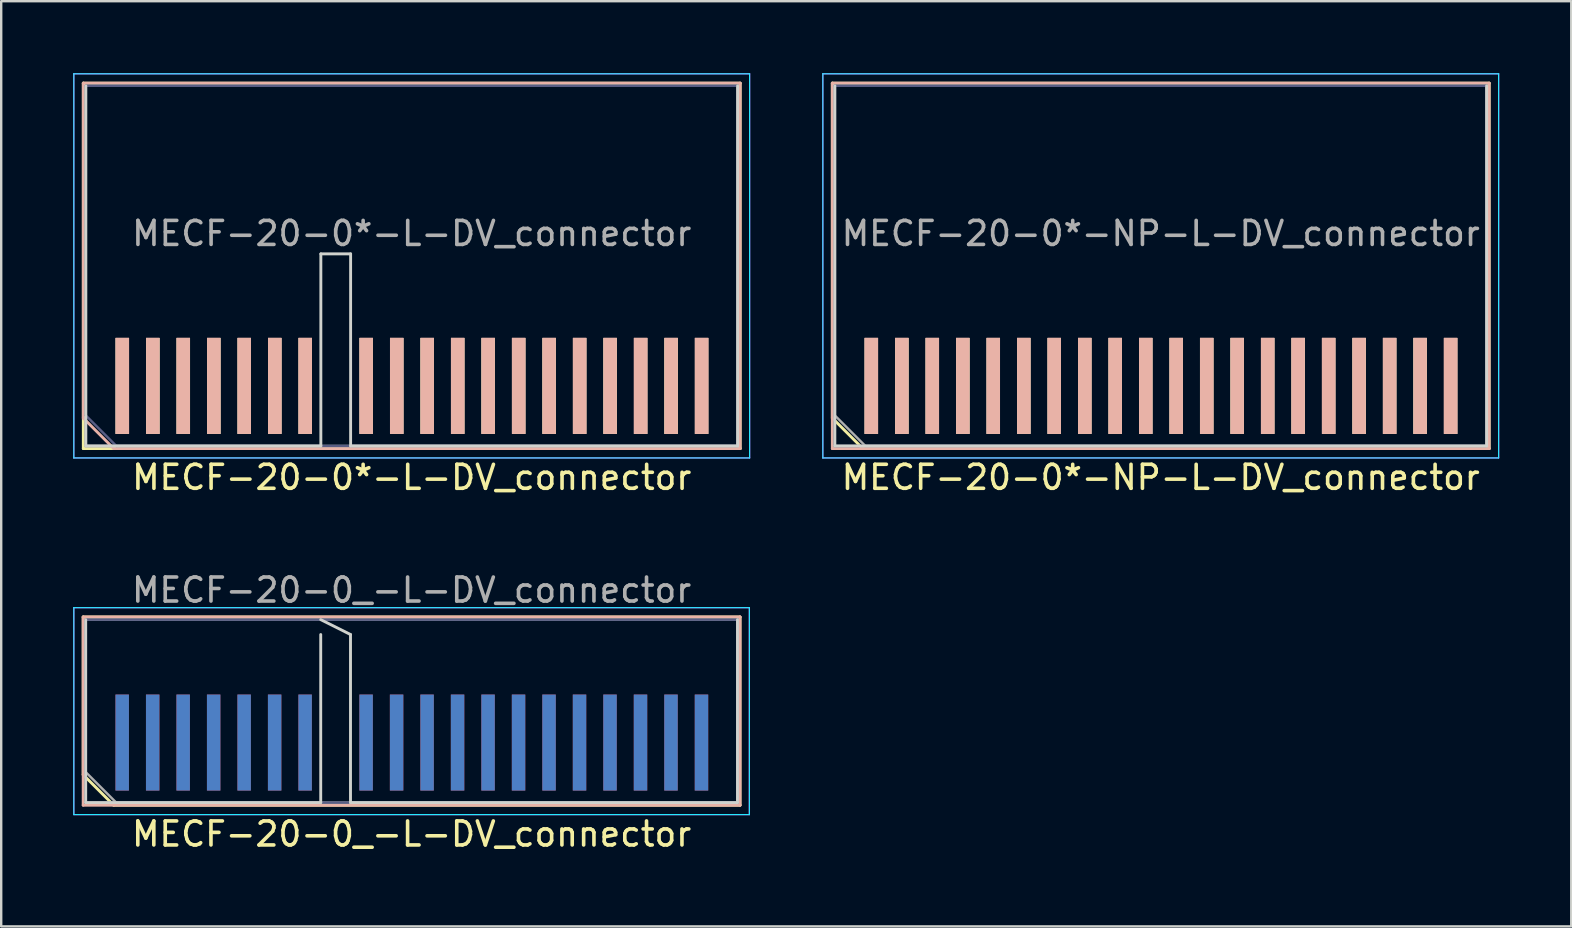
<source format=kicad_pcb>
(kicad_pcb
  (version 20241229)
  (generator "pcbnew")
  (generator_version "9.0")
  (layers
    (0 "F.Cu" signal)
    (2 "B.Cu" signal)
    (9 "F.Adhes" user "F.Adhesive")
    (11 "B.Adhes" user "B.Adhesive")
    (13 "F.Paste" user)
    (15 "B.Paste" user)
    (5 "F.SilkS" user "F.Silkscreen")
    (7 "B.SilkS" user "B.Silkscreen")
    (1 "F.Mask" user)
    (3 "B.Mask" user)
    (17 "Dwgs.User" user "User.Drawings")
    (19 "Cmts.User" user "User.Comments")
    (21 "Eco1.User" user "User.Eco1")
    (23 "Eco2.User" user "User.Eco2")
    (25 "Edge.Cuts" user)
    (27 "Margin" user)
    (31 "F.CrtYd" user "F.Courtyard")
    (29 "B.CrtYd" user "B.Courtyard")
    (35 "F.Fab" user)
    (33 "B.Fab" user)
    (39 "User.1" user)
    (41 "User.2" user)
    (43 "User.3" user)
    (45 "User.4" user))
  (footprint "MECF-20-0*-L-DV_connector"
    (layer "F.Cu")
    (at 14.1 13.025)
    (property "Reference" "MECF-20-0*-L-DV_connector" (at 0 3.81 0) (layer "F.SilkS") (effects (font (size 1 1) (thickness 0.15))))
    (attr through_hole)
    (fp_line (start -13.68 -12.61) (end 13.68 -12.61) (stroke (width 0.12) (type solid)) (layer "F.SilkS"))
    (fp_line (start -13.68 2.61) (end -13.68 -12.61) (stroke (width 0.12) (type solid)) (layer "F.SilkS"))
    (fp_line (start -13.68 2.61) (end 13.68 2.61) (stroke (width 0.12) (type solid)) (layer "F.SilkS"))
    (fp_line (start 13.68 2.61) (end 13.68 -12.61) (stroke (width 0.12) (type solid)) (layer "F.SilkS"))
    (fp_line (start -13.68 -12.61) (end 13.68 -12.61) (stroke (width 0.12) (type solid)) (layer "B.SilkS"))
    (fp_line (start -13.68 1.34) (end -13.68 -12.61) (stroke (width 0.12) (type solid)) (layer "B.SilkS"))
    (fp_line (start -12.41 2.61) (end -13.68 1.34) (stroke (width 0.12) (type solid)) (layer "B.SilkS"))
    (fp_line (start -12.41 2.61) (end 13.68 2.61) (stroke (width 0.12) (type solid)) (layer "B.SilkS"))
    (fp_line (start 13.68 2.61) (end 13.68 -12.61) (stroke (width 0.12) (type solid)) (layer "B.SilkS"))
    (fp_line (start -13.575 2.5) (end -13.575 -12.5) (stroke (width 0.12) (type solid)) (layer "Edge.Cuts"))
    (fp_line (start -13.575 2.5) (end -3.785 2.5) (stroke (width 0.12) (type solid)) (layer "Edge.Cuts"))
    (fp_line (start -3.785 -5.5) (end -2.545 -5.5) (stroke (width 0.12) (type solid)) (layer "Edge.Cuts"))
    (fp_line (start -3.785 2.5) (end -3.785 -5.5) (stroke (width 0.12) (type solid)) (layer "Edge.Cuts"))
    (fp_line (start -2.545 2.5) (end -2.545 -5.5) (stroke (width 0.12) (type solid)) (layer "Edge.Cuts"))
    (fp_line (start -2.545 2.5) (end 13.575 2.5) (stroke (width 0.12) (type solid)) (layer "Edge.Cuts"))
    (fp_line (start 13.575 2.5) (end 13.575 -12.5) (stroke (width 0.12) (type solid)) (layer "Edge.Cuts"))
    (fp_line (start -14.075 -13) (end -14.075 3) (stroke (width 0.05) (type solid)) (layer "B.CrtYd"))
    (fp_line (start -14.075 3) (end 14.075 3) (stroke (width 0.05) (type solid)) (layer "B.CrtYd"))
    (fp_line (start 14.075 -13) (end -14.075 -13) (stroke (width 0.05) (type solid)) (layer "B.CrtYd"))
    (fp_line (start 14.075 3) (end 14.075 -13) (stroke (width 0.05) (type solid)) (layer "B.CrtYd"))
    (fp_line (start -14.075 -13) (end -14.075 3) (stroke (width 0.05) (type solid)) (layer "F.CrtYd"))
    (fp_line (start -14.075 3) (end 14.075 3) (stroke (width 0.05) (type solid)) (layer "F.CrtYd"))
    (fp_line (start 14.075 -13) (end -14.075 -13) (stroke (width 0.05) (type solid)) (layer "F.CrtYd"))
    (fp_line (start 14.075 3) (end 14.075 -13) (stroke (width 0.05) (type solid)) (layer "F.CrtYd"))
    (fp_line (start -13.575 -12.5) (end 13.575 -12.5) (stroke (width 0.1) (type solid)) (layer "B.Fab"))
    (fp_line (start -13.575 1.23) (end -13.575 -12.5) (stroke (width 0.1) (type solid)) (layer "B.Fab"))
    (fp_line (start -13.575 1.23) (end -12.305 2.5) (stroke (width 0.1) (type solid)) (layer "B.Fab"))
    (fp_line (start -12.305 2.5) (end 13.575 2.5) (stroke (width 0.1) (type solid)) (layer "B.Fab"))
    (fp_line (start 13.575 2.5) (end 13.575 -12.5) (stroke (width 0.1) (type solid)) (layer "B.Fab"))
    (fp_line (start -13.575 -12.5) (end 13.575 -12.5) (stroke (width 0.1) (type solid)) (layer "F.Fab"))
    (fp_line (start -13.575 2.5) (end -13.575 -12.5) (stroke (width 0.1) (type solid)) (layer "F.Fab"))
    (fp_line (start -13.575 2.5) (end 13.575 2.5) (stroke (width 0.1) (type solid)) (layer "F.Fab"))
    (fp_line (start 13.575 2.5) (end 13.575 -12.5) (stroke (width 0.1) (type solid)) (layer "F.Fab"))
    (fp_text user "${REFERENCE}" (at 0 -6.35 0) (layer "F.Fab") (effects (font (size 1 1) (thickness 0.15))))
    (pad "1" smd rect (at -12.055 0) (size 0.56 4) (layers "F.Cu" "F.Mask" "F.SilkS"))
    (pad "2" smd rect (at -12.055 0) (size 0.56 4) (layers "B.Cu" "B.Mask" "B.SilkS"))
    (pad "3" smd rect (at -10.785 0) (size 0.56 4) (layers "F.Cu" "F.Mask" "F.SilkS"))
    (pad "4" smd rect (at -10.785 0) (size 0.56 4) (layers "B.Cu" "B.Mask" "B.SilkS"))
    (pad "5" smd rect (at -9.515 0) (size 0.56 4) (layers "F.Cu" "F.Mask" "F.SilkS"))
    (pad "6" smd rect (at -9.515 0) (size 0.56 4) (layers "B.Cu" "B.Mask" "B.SilkS"))
    (pad "7" smd rect (at -8.245 0) (size 0.56 4) (layers "F.Cu" "F.Mask" "F.SilkS"))
    (pad "8" smd rect (at -8.245 0) (size 0.56 4) (layers "B.Cu" "B.Mask" "B.SilkS"))
    (pad "9" smd rect (at -6.975 0) (size 0.56 4) (layers "F.Cu" "F.Mask" "F.SilkS"))
    (pad "10" smd rect (at -6.975 0) (size 0.56 4) (layers "B.Cu" "B.Mask" "B.SilkS"))
    (pad "11" smd rect (at -5.705 0) (size 0.56 4) (layers "F.Cu" "F.Mask" "F.SilkS"))
    (pad "12" smd rect (at -5.705 0) (size 0.56 4) (layers "B.Cu" "B.Mask" "B.SilkS"))
    (pad "13" smd rect (at -4.435 0) (size 0.56 4) (layers "F.Cu" "F.Mask" "F.SilkS"))
    (pad "14" smd rect (at -4.435 0) (size 0.56 4) (layers "B.Cu" "B.Mask" "B.SilkS"))
    (pad "17" smd rect (at -1.895 0) (size 0.56 4) (layers "F.Cu" "F.Mask" "F.SilkS"))
    (pad "18" smd rect (at -1.895 0) (size 0.56 4) (layers "B.Cu" "B.Mask" "B.SilkS"))
    (pad "19" smd rect (at -0.625 0) (size 0.56 4) (layers "F.Cu" "F.Mask" "F.SilkS"))
    (pad "20" smd rect (at -0.625 0) (size 0.56 4) (layers "B.Cu" "B.Mask" "B.SilkS"))
    (pad "21" smd rect (at 0.645 0) (size 0.56 4) (layers "F.Cu" "F.Mask" "F.SilkS"))
    (pad "22" smd rect (at 0.645 0) (size 0.56 4) (layers "B.Cu" "B.Mask" "B.SilkS"))
    (pad "23" smd rect (at 1.915 0) (size 0.56 4) (layers "F.Cu" "F.Mask" "F.SilkS"))
    (pad "24" smd rect (at 1.915 0) (size 0.56 4) (layers "B.Cu" "B.Mask" "B.SilkS"))
    (pad "25" smd rect (at 3.185 0) (size 0.56 4) (layers "F.Cu" "F.Mask" "F.SilkS"))
    (pad "26" smd rect (at 3.185 0) (size 0.56 4) (layers "B.Cu" "B.Mask" "B.SilkS"))
    (pad "27" smd rect (at 4.455 0) (size 0.56 4) (layers "F.Cu" "F.Mask" "F.SilkS"))
    (pad "28" smd rect (at 4.455 0) (size 0.56 4) (layers "B.Cu" "B.Mask" "B.SilkS"))
    (pad "29" smd rect (at 5.725 0) (size 0.56 4) (layers "F.Cu" "F.Mask" "F.SilkS"))
    (pad "30" smd rect (at 5.725 0) (size 0.56 4) (layers "B.Cu" "B.Mask" "B.SilkS"))
    (pad "31" smd rect (at 6.995 0) (size 0.56 4) (layers "F.Cu" "F.Mask" "F.SilkS"))
    (pad "32" smd rect (at 6.995 0) (size 0.56 4) (layers "B.Cu" "B.Mask" "B.SilkS"))
    (pad "33" smd rect (at 8.265 0) (size 0.56 4) (layers "F.Cu" "F.Mask" "F.SilkS"))
    (pad "34" smd rect (at 8.265 0) (size 0.56 4) (layers "B.Cu" "B.Mask" "B.SilkS"))
    (pad "35" smd rect (at 9.535 0) (size 0.56 4) (layers "F.Cu" "F.Mask" "F.SilkS"))
    (pad "36" smd rect (at 9.535 0) (size 0.56 4) (layers "B.Cu" "B.Mask" "B.SilkS"))
    (pad "37" smd rect (at 10.805 0) (size 0.56 4) (layers "F.Cu" "F.Mask" "F.SilkS"))
    (pad "38" smd rect (at 10.805 0) (size 0.56 4) (layers "B.Cu" "B.Mask" "B.SilkS"))
    (pad "39" smd rect (at 12.075 0) (size 0.56 4) (layers "F.Cu" "F.Mask" "F.SilkS"))
    (pad "40" smd rect (at 12.075 0) (size 0.56 4) (layers "B.Cu" "B.Mask" "B.SilkS")))
  (footprint "MECF-20-0*-NP-L-DV_connector"
    (layer "F.Cu")
    (at 45.3 13.025)
    (property "Reference" "MECF-20-0*-NP-L-DV_connector" (at 0 3.81 0) (layer "F.SilkS") (effects (font (size 1 1) (thickness 0.15))))
    (attr smd)
    (fp_line (start -13.68 -12.61) (end 13.68 -12.61) (stroke (width 0.12) (type solid)) (layer "F.SilkS"))
    (fp_line (start -13.68 1.34) (end -13.68 -12.61) (stroke (width 0.12) (type solid)) (layer "F.SilkS"))
    (fp_line (start -12.41 2.61) (end -13.68 1.34) (stroke (width 0.12) (type solid)) (layer "F.SilkS"))
    (fp_line (start -12.41 2.61) (end 13.68 2.61) (stroke (width 0.12) (type solid)) (layer "F.SilkS"))
    (fp_line (start 13.68 2.61) (end 13.68 -12.61) (stroke (width 0.12) (type solid)) (layer "F.SilkS"))
    (fp_line (start -13.68 -12.61) (end 13.68 -12.61) (stroke (width 0.12) (type solid)) (layer "B.SilkS"))
    (fp_line (start -13.68 2.61) (end -13.68 -12.61) (stroke (width 0.12) (type solid)) (layer "B.SilkS"))
    (fp_line (start -13.68 2.61) (end 13.68 2.61) (stroke (width 0.12) (type solid)) (layer "B.SilkS"))
    (fp_line (start 13.68 2.61) (end 13.68 -12.61) (stroke (width 0.12) (type solid)) (layer "B.SilkS"))
    (fp_line (start -13.575 2.5) (end -13.575 -12.5) (stroke (width 0.12) (type solid)) (layer "Edge.Cuts"))
    (fp_line (start -13.575 2.5) (end 13.575 2.5) (stroke (width 0.12) (type solid)) (layer "Edge.Cuts"))
    (fp_line (start 13.575 2.5) (end 13.575 -12.5) (stroke (width 0.12) (type solid)) (layer "Edge.Cuts"))
    (fp_line (start -14.075 -13) (end -14.075 3) (stroke (width 0.05) (type solid)) (layer "B.CrtYd"))
    (fp_line (start -14.075 3) (end 14.075 3) (stroke (width 0.05) (type solid)) (layer "B.CrtYd"))
    (fp_line (start 14.075 -13) (end -14.075 -13) (stroke (width 0.05) (type solid)) (layer "B.CrtYd"))
    (fp_line (start 14.075 3) (end 14.075 -13) (stroke (width 0.05) (type solid)) (layer "B.CrtYd"))
    (fp_line (start -14.075 -13) (end -14.075 3) (stroke (width 0.05) (type solid)) (layer "F.CrtYd"))
    (fp_line (start -14.075 3) (end 14.075 3) (stroke (width 0.05) (type solid)) (layer "F.CrtYd"))
    (fp_line (start 14.075 -13) (end -14.075 -13) (stroke (width 0.05) (type solid)) (layer "F.CrtYd"))
    (fp_line (start 14.075 3) (end 14.075 -13) (stroke (width 0.05) (type solid)) (layer "F.CrtYd"))
    (fp_line (start -13.575 -12.5) (end 13.575 -12.5) (stroke (width 0.1) (type solid)) (layer "B.Fab"))
    (fp_line (start -13.575 2.5) (end -13.575 -12.5) (stroke (width 0.1) (type solid)) (layer "B.Fab"))
    (fp_line (start -13.575 2.5) (end 13.575 2.5) (stroke (width 0.1) (type solid)) (layer "B.Fab"))
    (fp_line (start 13.575 2.5) (end 13.575 -12.5) (stroke (width 0.1) (type solid)) (layer "B.Fab"))
    (fp_line (start -13.575 -12.5) (end 13.575 -12.5) (stroke (width 0.1) (type solid)) (layer "F.Fab"))
    (fp_line (start -13.575 1.23) (end -13.575 -12.5) (stroke (width 0.1) (type solid)) (layer "F.Fab"))
    (fp_line (start -13.575 1.23) (end -12.305 2.5) (stroke (width 0.1) (type solid)) (layer "F.Fab"))
    (fp_line (start -12.305 2.5) (end 13.575 2.5) (stroke (width 0.1) (type solid)) (layer "F.Fab"))
    (fp_line (start 13.575 2.5) (end 13.575 -12.5) (stroke (width 0.1) (type solid)) (layer "F.Fab"))
    (fp_text user "${REFERENCE}" (at 0 -6.35 0) (layer "F.Fab") (effects (font (size 1 1) (thickness 0.15))))
    (pad "1" smd rect (at -12.055 0) (size 0.56 4) (layers "F.Cu" "F.Mask" "F.SilkS"))
    (pad "2" smd rect (at -12.055 0) (size 0.56 4) (layers "B.Cu" "B.Mask" "B.SilkS"))
    (pad "3" smd rect (at -10.785 0) (size 0.56 4) (layers "F.Cu" "F.Mask" "F.SilkS"))
    (pad "4" smd rect (at -10.785 0) (size 0.56 4) (layers "B.Cu" "B.Mask" "B.SilkS"))
    (pad "5" smd rect (at -9.515 0) (size 0.56 4) (layers "F.Cu" "F.Mask" "F.SilkS"))
    (pad "6" smd rect (at -9.515 0) (size 0.56 4) (layers "B.Cu" "B.Mask" "B.SilkS"))
    (pad "7" smd rect (at -8.245 0) (size 0.56 4) (layers "F.Cu" "F.Mask" "F.SilkS"))
    (pad "8" smd rect (at -8.245 0) (size 0.56 4) (layers "B.Cu" "B.Mask" "B.SilkS"))
    (pad "9" smd rect (at -6.975 0) (size 0.56 4) (layers "F.Cu" "F.Mask" "F.SilkS"))
    (pad "10" smd rect (at -6.975 0) (size 0.56 4) (layers "B.Cu" "B.Mask" "B.SilkS"))
    (pad "11" smd rect (at -5.705 0) (size 0.56 4) (layers "F.Cu" "F.Mask" "F.SilkS"))
    (pad "12" smd rect (at -5.705 0) (size 0.56 4) (layers "B.Cu" "B.Mask" "B.SilkS"))
    (pad "13" smd rect (at -4.435 0) (size 0.56 4) (layers "F.Cu" "F.Mask" "F.SilkS"))
    (pad "14" smd rect (at -4.435 0) (size 0.56 4) (layers "B.Cu" "B.Mask" "B.SilkS"))
    (pad "15" smd rect (at -3.165 0) (size 0.56 4) (layers "F.Cu" "F.Mask" "F.SilkS"))
    (pad "16" smd rect (at -3.165 0) (size 0.56 4) (layers "B.Cu" "B.Mask" "B.SilkS"))
    (pad "17" smd rect (at -1.895 0) (size 0.56 4) (layers "F.Cu" "F.Mask" "F.SilkS"))
    (pad "18" smd rect (at -1.895 0) (size 0.56 4) (layers "B.Cu" "B.Mask" "B.SilkS"))
    (pad "19" smd rect (at -0.625 0) (size 0.56 4) (layers "F.Cu" "F.Mask" "F.SilkS"))
    (pad "20" smd rect (at -0.625 0) (size 0.56 4) (layers "B.Cu" "B.Mask" "B.SilkS"))
    (pad "21" smd rect (at 0.645 0) (size 0.56 4) (layers "F.Cu" "F.Mask" "F.SilkS"))
    (pad "22" smd rect (at 0.645 0) (size 0.56 4) (layers "B.Cu" "B.Mask" "B.SilkS"))
    (pad "23" smd rect (at 1.915 0) (size 0.56 4) (layers "F.Cu" "F.Mask" "F.SilkS"))
    (pad "24" smd rect (at 1.915 0) (size 0.56 4) (layers "B.Cu" "B.Mask" "B.SilkS"))
    (pad "25" smd rect (at 3.185 0) (size 0.56 4) (layers "F.Cu" "F.Mask" "F.SilkS"))
    (pad "26" smd rect (at 3.185 0) (size 0.56 4) (layers "B.Cu" "B.Mask" "B.SilkS"))
    (pad "27" smd rect (at 4.455 0) (size 0.56 4) (layers "F.Cu" "F.Mask" "F.SilkS"))
    (pad "28" smd rect (at 4.455 0) (size 0.56 4) (layers "B.Cu" "B.Mask" "B.SilkS"))
    (pad "29" smd rect (at 5.725 0) (size 0.56 4) (layers "F.Cu" "F.Mask" "F.SilkS"))
    (pad "30" smd rect (at 5.725 0) (size 0.56 4) (layers "B.Cu" "B.Mask" "B.SilkS"))
    (pad "31" smd rect (at 6.995 0) (size 0.56 4) (layers "F.Cu" "F.Mask" "F.SilkS"))
    (pad "32" smd rect (at 6.995 0) (size 0.56 4) (layers "B.Cu" "B.Mask" "B.SilkS"))
    (pad "33" smd rect (at 8.265 0) (size 0.56 4) (layers "F.Cu" "F.Mask" "F.SilkS"))
    (pad "34" smd rect (at 8.265 0) (size 0.56 4) (layers "B.Cu" "B.Mask" "B.SilkS"))
    (pad "35" smd rect (at 9.535 0) (size 0.56 4) (layers "F.Cu" "F.Mask" "F.SilkS"))
    (pad "36" smd rect (at 9.535 0) (size 0.56 4) (layers "B.Cu" "B.Mask" "B.SilkS"))
    (pad "37" smd rect (at 10.805 0) (size 0.56 4) (layers "F.Cu" "F.Mask" "F.SilkS"))
    (pad "38" smd rect (at 10.805 0) (size 0.56 4) (layers "B.Cu" "B.Mask" "B.SilkS"))
    (pad "39" smd rect (at 12.075 0) (size 0.56 4) (layers "F.Cu" "F.Mask" "F.SilkS"))
    (pad "40" smd rect (at 12.075 0) (size 0.56 4) (layers "B.Cu" "B.Mask" "B.SilkS")))
  (footprint "MECF-20-0_-L-DV_connector"
    (layer "F.Cu")
    (at 14.095 27.881)
    (property "Reference" "MECF-20-0_-L-DV_connector" (at 0 3.81 0) (layer "F.SilkS") (effects (font (size 1 1) (thickness 0.15))))
    (attr smd)
    (fp_line (start -13.68 -5.23) (end 13.68 -5.23) (stroke (width 0.12) (type solid)) (layer "F.SilkS"))
    (fp_line (start -13.68 1.34) (end -13.68 -5.23) (stroke (width 0.12) (type solid)) (layer "F.SilkS"))
    (fp_line (start -12.41 2.61) (end -13.68 1.34) (stroke (width 0.12) (type solid)) (layer "F.SilkS"))
    (fp_line (start -12.41 2.61) (end 13.68 2.61) (stroke (width 0.12) (type solid)) (layer "F.SilkS"))
    (fp_line (start 13.68 2.61) (end 13.68 -5.23) (stroke (width 0.12) (type solid)) (layer "F.SilkS"))
    (fp_line (start -13.68 -5.23) (end 13.68 -5.23) (stroke (width 0.12) (type solid)) (layer "B.SilkS"))
    (fp_line (start -13.68 2.61) (end -13.68 -5.23) (stroke (width 0.12) (type solid)) (layer "B.SilkS"))
    (fp_line (start -13.68 2.61) (end 13.68 2.61) (stroke (width 0.12) (type solid)) (layer "B.SilkS"))
    (fp_line (start 13.68 2.61) (end 13.68 -5.23) (stroke (width 0.12) (type solid)) (layer "B.SilkS"))
    (fp_line (start -13.575 2.5) (end -13.575 -5.12) (stroke (width 0.12) (type solid)) (layer "Edge.Cuts"))
    (fp_line (start -13.575 2.5) (end -3.785 2.5) (stroke (width 0.12) (type solid)) (layer "Edge.Cuts"))
    (fp_line (start -3.785 -5.12) (end -2.545 -4.5) (stroke (width 0.12) (type solid)) (layer "Edge.Cuts"))
    (fp_line (start -3.785 2.5) (end -3.785 -4.5) (stroke (width 0.12) (type solid)) (layer "Edge.Cuts"))
    (fp_line (start -2.545 2.5) (end -2.545 -4.5) (stroke (width 0.12) (type solid)) (layer "Edge.Cuts"))
    (fp_line (start -2.545 2.5) (end 13.575 2.5) (stroke (width 0.12) (type solid)) (layer "Edge.Cuts"))
    (fp_line (start 13.575 2.5) (end 13.575 -5.12) (stroke (width 0.12) (type solid)) (layer "Edge.Cuts"))
    (fp_line (start -14.07 -5.62) (end -14.07 3) (stroke (width 0.05) (type solid)) (layer "B.CrtYd"))
    (fp_line (start -14.07 3) (end 14.07 3) (stroke (width 0.05) (type solid)) (layer "B.CrtYd"))
    (fp_line (start 14.07 -5.62) (end -14.07 -5.62) (stroke (width 0.05) (type solid)) (layer "B.CrtYd"))
    (fp_line (start 14.07 3) (end 14.07 -5.62) (stroke (width 0.05) (type solid)) (layer "B.CrtYd"))
    (fp_line (start -14.07 -5.62) (end -14.07 3) (stroke (width 0.05) (type solid)) (layer "F.CrtYd"))
    (fp_line (start -14.07 3) (end 14.07 3) (stroke (width 0.05) (type solid)) (layer "F.CrtYd"))
    (fp_line (start 14.07 -5.62) (end -14.07 -5.62) (stroke (width 0.05) (type solid)) (layer "F.CrtYd"))
    (fp_line (start 14.07 3) (end 14.07 -5.62) (stroke (width 0.05) (type solid)) (layer "F.CrtYd"))
    (fp_line (start -13.575 -5.12) (end 13.575 -5.12) (stroke (width 0.1) (type solid)) (layer "B.Fab"))
    (fp_line (start -13.575 2.5) (end -13.575 -5.12) (stroke (width 0.1) (type solid)) (layer "B.Fab"))
    (fp_line (start -13.575 2.5) (end 13.575 2.5) (stroke (width 0.1) (type solid)) (layer "B.Fab"))
    (fp_line (start 13.575 2.5) (end 13.575 -5.12) (stroke (width 0.1) (type solid)) (layer "B.Fab"))
    (fp_line (start -13.575 -5.12) (end 13.575 -5.12) (stroke (width 0.1) (type solid)) (layer "F.Fab"))
    (fp_line (start -13.575 1.23) (end -13.575 -5.12) (stroke (width 0.1) (type solid)) (layer "F.Fab"))
    (fp_line (start -13.575 1.23) (end -12.305 2.5) (stroke (width 0.1) (type solid)) (layer "F.Fab"))
    (fp_line (start -12.305 2.5) (end 13.575 2.5) (stroke (width 0.1) (type solid)) (layer "F.Fab"))
    (fp_line (start 13.575 2.5) (end 13.575 -5.12) (stroke (width 0.1) (type solid)) (layer "F.Fab"))
    (fp_text user "${REFERENCE}" (at 0 -6.35 0) (layer "F.Fab") (effects (font (size 1 1) (thickness 0.15))))
    (pad "1" smd rect (at -12.055 0) (size 0.56 4) (layers "F.Cu" "F.Mask" "F.Paste"))
    (pad "2" smd rect (at -12.055 0) (size 0.56 4) (layers "B.Cu" "B.Mask" "B.Paste"))
    (pad "3" smd rect (at -10.785 0) (size 0.56 4) (layers "F.Cu" "F.Mask" "F.Paste"))
    (pad "4" smd rect (at -10.785 0) (size 0.56 4) (layers "B.Cu" "B.Mask" "B.Paste"))
    (pad "5" smd rect (at -9.515 0) (size 0.56 4) (layers "F.Cu" "F.Mask" "F.Paste"))
    (pad "6" smd rect (at -9.515 0) (size 0.56 4) (layers "B.Cu" "B.Mask" "B.Paste"))
    (pad "7" smd rect (at -8.245 0) (size 0.56 4) (layers "F.Cu" "F.Mask" "F.Paste"))
    (pad "8" smd rect (at -8.245 0) (size 0.56 4) (layers "B.Cu" "B.Mask" "B.Paste"))
    (pad "9" smd rect (at -6.975 0) (size 0.56 4) (layers "F.Cu" "F.Mask" "F.Paste"))
    (pad "10" smd rect (at -6.975 0) (size 0.56 4) (layers "B.Cu" "B.Mask" "B.Paste"))
    (pad "11" smd rect (at -5.705 0) (size 0.56 4) (layers "F.Cu" "F.Mask" "F.Paste"))
    (pad "12" smd rect (at -5.705 0) (size 0.56 4) (layers "B.Cu" "B.Mask" "B.Paste"))
    (pad "13" smd rect (at -4.435 0) (size 0.56 4) (layers "F.Cu" "F.Mask" "F.Paste"))
    (pad "14" smd rect (at -4.435 0) (size 0.56 4) (layers "B.Cu" "B.Mask" "B.Paste"))
    (pad "17" smd rect (at -1.895 0) (size 0.56 4) (layers "F.Cu" "F.Mask" "F.Paste"))
    (pad "18" smd rect (at -1.895 0) (size 0.56 4) (layers "B.Cu" "B.Mask" "B.Paste"))
    (pad "19" smd rect (at -0.625 0) (size 0.56 4) (layers "F.Cu" "F.Mask" "F.Paste"))
    (pad "20" smd rect (at -0.625 0) (size 0.56 4) (layers "B.Cu" "B.Mask" "B.Paste"))
    (pad "21" smd rect (at 0.645 0) (size 0.56 4) (layers "F.Cu" "F.Mask" "F.Paste"))
    (pad "22" smd rect (at 0.645 0) (size 0.56 4) (layers "B.Cu" "B.Mask" "B.Paste"))
    (pad "23" smd rect (at 1.915 0) (size 0.56 4) (layers "F.Cu" "F.Mask" "F.Paste"))
    (pad "24" smd rect (at 1.915 0) (size 0.56 4) (layers "B.Cu" "B.Mask" "B.Paste"))
    (pad "25" smd rect (at 3.185 0) (size 0.56 4) (layers "F.Cu" "F.Mask" "F.Paste"))
    (pad "26" smd rect (at 3.185 0) (size 0.56 4) (layers "B.Cu" "B.Mask" "B.Paste"))
    (pad "27" smd rect (at 4.455 0) (size 0.56 4) (layers "F.Cu" "F.Mask" "F.Paste"))
    (pad "28" smd rect (at 4.455 0) (size 0.56 4) (layers "B.Cu" "B.Mask" "B.Paste"))
    (pad "29" smd rect (at 5.725 0) (size 0.56 4) (layers "F.Cu" "F.Mask" "F.Paste"))
    (pad "30" smd rect (at 5.725 0) (size 0.56 4) (layers "B.Cu" "B.Mask" "B.Paste"))
    (pad "31" smd rect (at 6.995 0) (size 0.56 4) (layers "F.Cu" "F.Mask" "F.Paste"))
    (pad "32" smd rect (at 6.995 0) (size 0.56 4) (layers "B.Cu" "B.Mask" "B.Paste"))
    (pad "33" smd rect (at 8.265 0) (size 0.56 4) (layers "F.Cu" "F.Mask" "F.Paste"))
    (pad "34" smd rect (at 8.265 0) (size 0.56 4) (layers "B.Cu" "B.Mask" "B.Paste"))
    (pad "35" smd rect (at 9.535 0) (size 0.56 4) (layers "F.Cu" "F.Mask" "F.Paste"))
    (pad "36" smd rect (at 9.535 0) (size 0.56 4) (layers "B.Cu" "B.Mask" "B.Paste"))
    (pad "37" smd rect (at 10.805 0) (size 0.56 4) (layers "F.Cu" "F.Mask" "F.Paste"))
    (pad "38" smd rect (at 10.805 0) (size 0.56 4) (layers "B.Cu" "B.Mask" "B.Paste"))
    (pad "39" smd rect (at 12.075 0) (size 0.56 4) (layers "F.Cu" "F.Mask" "F.Paste"))
    (pad "40" smd rect (at 12.075 0) (size 0.56 4) (layers "B.Cu" "B.Mask" "B.Paste")))
  (gr_rect
    (start -3 -3)
    (end 62.4 35.54)
    (stroke (width 0.1) (type default))
    (fill no)
    (layer "Edge.Cuts")))
</source>
